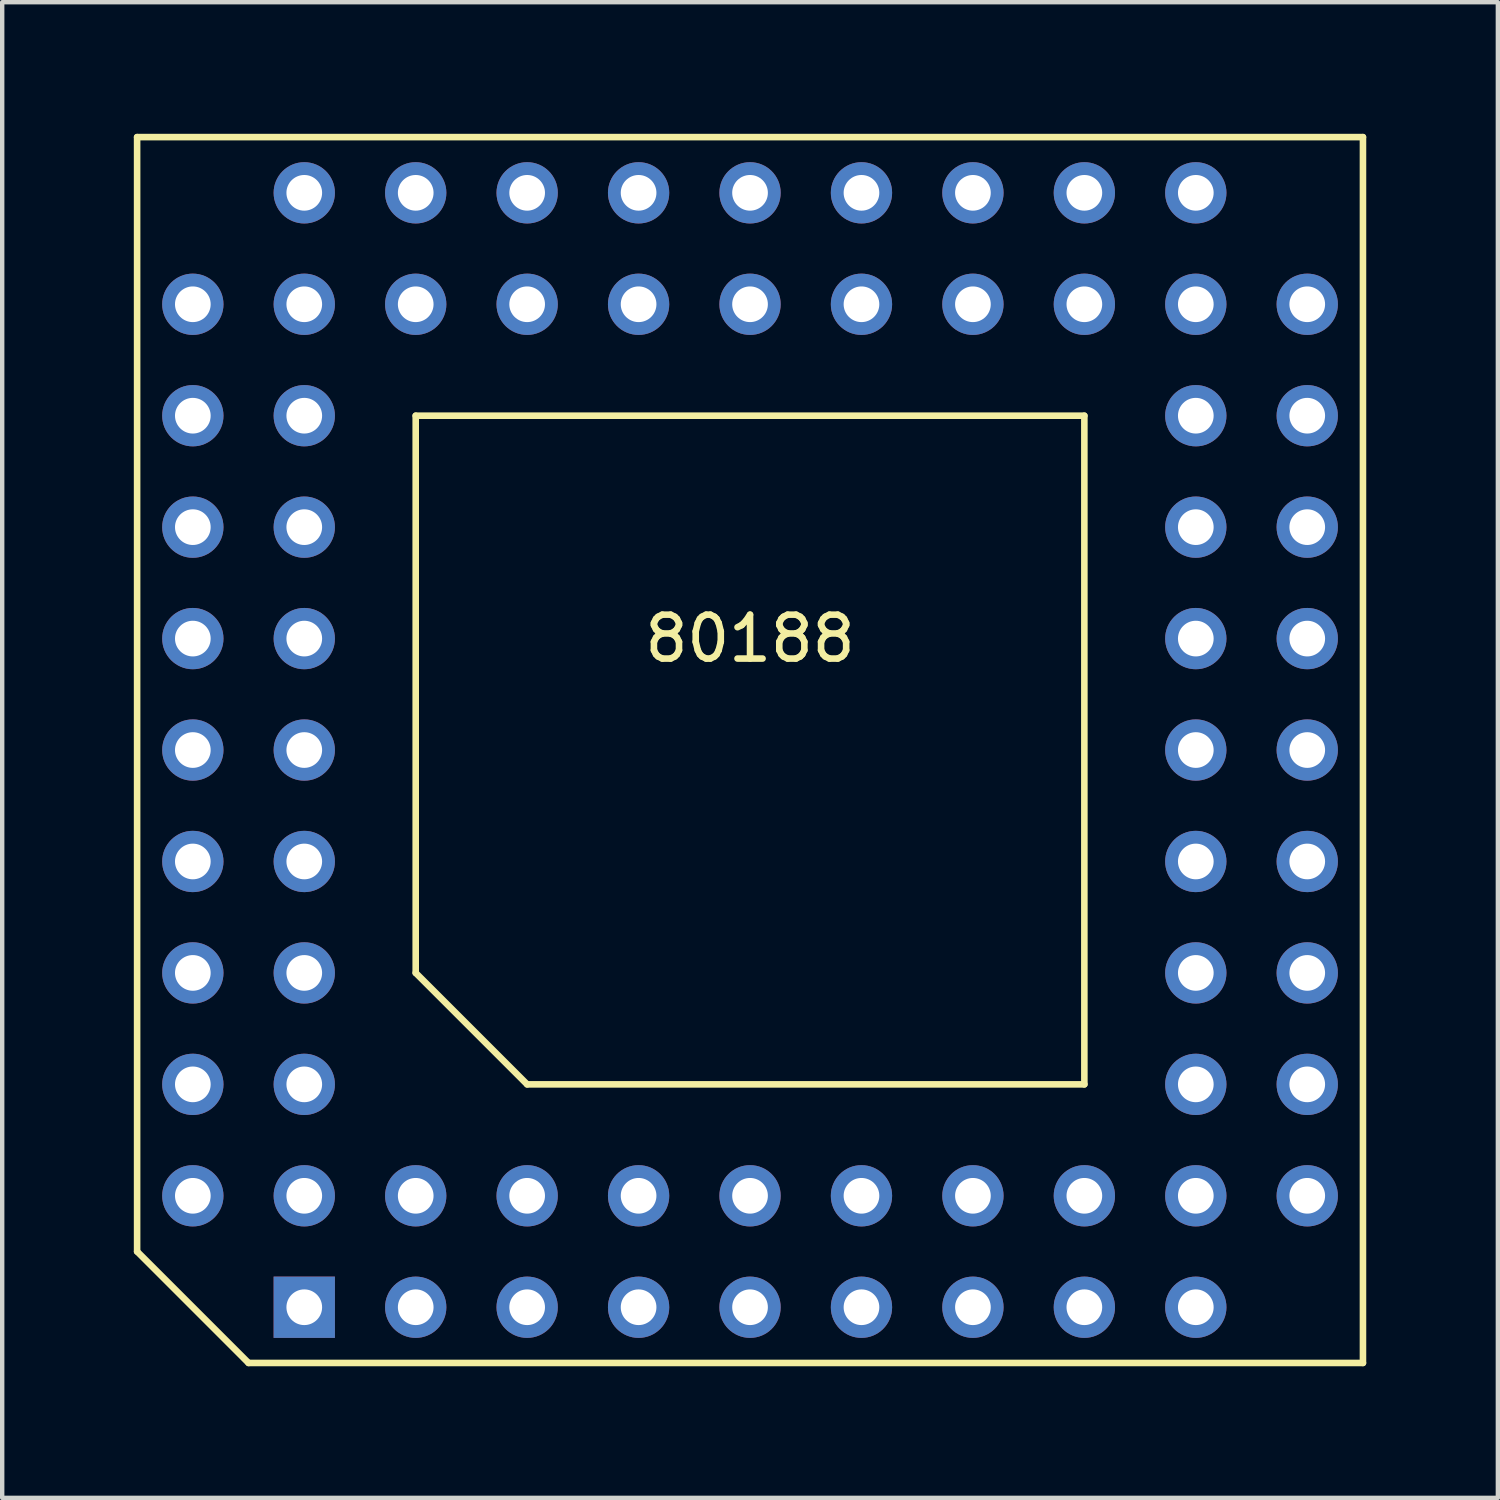
<source format=kicad_pcb>
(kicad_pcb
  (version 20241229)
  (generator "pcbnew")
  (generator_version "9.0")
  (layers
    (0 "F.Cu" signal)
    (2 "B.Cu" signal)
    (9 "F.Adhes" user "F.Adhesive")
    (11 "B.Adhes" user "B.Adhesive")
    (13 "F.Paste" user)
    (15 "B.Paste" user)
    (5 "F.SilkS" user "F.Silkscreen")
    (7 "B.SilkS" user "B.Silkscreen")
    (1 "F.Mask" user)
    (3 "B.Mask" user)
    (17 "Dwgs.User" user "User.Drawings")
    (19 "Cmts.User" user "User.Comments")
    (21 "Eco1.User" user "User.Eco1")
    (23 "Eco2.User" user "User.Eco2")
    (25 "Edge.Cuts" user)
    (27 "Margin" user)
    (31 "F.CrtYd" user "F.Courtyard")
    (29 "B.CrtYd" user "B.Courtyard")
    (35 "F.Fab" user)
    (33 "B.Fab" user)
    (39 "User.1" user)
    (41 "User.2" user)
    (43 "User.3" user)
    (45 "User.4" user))
  (footprint "80188"
    (layer "F.Cu")
    (at 14.045 14.045)
    (property "Reference" "80188" (at 0 -2.54 0) (layer "F.SilkS") (effects (font (size 1 1) (thickness 0.15))))
    (attr through_hole)
    (fp_line (start -13.97 -13.97) (end 13.97 -13.97) (stroke (width 0.15) (type solid)) (layer "F.SilkS"))
    (fp_line (start -13.97 11.43) (end -13.97 -13.97) (stroke (width 0.15) (type solid)) (layer "F.SilkS"))
    (fp_line (start -11.43 13.97) (end -13.97 11.43) (stroke (width 0.15) (type solid)) (layer "F.SilkS"))
    (fp_line (start -7.62 -7.62) (end 7.62 -7.62) (stroke (width 0.15) (type solid)) (layer "F.SilkS"))
    (fp_line (start -7.62 5.08) (end -7.62 -7.62) (stroke (width 0.15) (type solid)) (layer "F.SilkS"))
    (fp_line (start -5.08 7.62) (end -7.62 5.08) (stroke (width 0.15) (type solid)) (layer "F.SilkS"))
    (fp_line (start 7.62 -7.62) (end 7.62 7.62) (stroke (width 0.15) (type solid)) (layer "F.SilkS"))
    (fp_line (start 7.62 7.62) (end -5.08 7.62) (stroke (width 0.15) (type solid)) (layer "F.SilkS"))
    (fp_line (start 13.97 -13.97) (end 13.97 13.97) (stroke (width 0.15) (type solid)) (layer "F.SilkS"))
    (fp_line (start 13.97 13.97) (end -11.43 13.97) (stroke (width 0.15) (type solid)) (layer "F.SilkS"))
    (pad "1" thru_hole rect (at -10.16 12.7) (size 1.397 1.397) (drill 0.813) (layers "*.Cu" "*.Mask"))
    (pad "2" thru_hole circle (at -10.16 10.16) (size 1.397 1.397) (drill 0.813) (layers "*.Cu" "*.Mask"))
    (pad "3" thru_hole circle (at -7.62 12.7) (size 1.397 1.397) (drill 0.813) (layers "*.Cu" "*.Mask"))
    (pad "4" thru_hole circle (at -7.62 10.16) (size 1.397 1.397) (drill 0.813) (layers "*.Cu" "*.Mask"))
    (pad "5" thru_hole circle (at -5.08 12.7) (size 1.397 1.397) (drill 0.813) (layers "*.Cu" "*.Mask"))
    (pad "6" thru_hole circle (at -5.08 10.16) (size 1.397 1.397) (drill 0.813) (layers "*.Cu" "*.Mask"))
    (pad "7" thru_hole circle (at -2.54 12.7) (size 1.397 1.397) (drill 0.813) (layers "*.Cu" "*.Mask"))
    (pad "8" thru_hole circle (at -2.54 10.16) (size 1.397 1.397) (drill 0.813) (layers "*.Cu" "*.Mask"))
    (pad "9" thru_hole circle (at 0 12.7) (size 1.397 1.397) (drill 0.813) (layers "*.Cu" "*.Mask"))
    (pad "10" thru_hole circle (at 0 10.16) (size 1.397 1.397) (drill 0.813) (layers "*.Cu" "*.Mask"))
    (pad "11" thru_hole circle (at 2.54 12.7) (size 1.397 1.397) (drill 0.813) (layers "*.Cu" "*.Mask"))
    (pad "12" thru_hole circle (at 2.54 10.16) (size 1.397 1.397) (drill 0.813) (layers "*.Cu" "*.Mask"))
    (pad "13" thru_hole circle (at 5.08 12.7) (size 1.397 1.397) (drill 0.813) (layers "*.Cu" "*.Mask"))
    (pad "14" thru_hole circle (at 5.08 10.16) (size 1.397 1.397) (drill 0.813) (layers "*.Cu" "*.Mask"))
    (pad "15" thru_hole circle (at 7.62 12.7) (size 1.397 1.397) (drill 0.813) (layers "*.Cu" "*.Mask"))
    (pad "16" thru_hole circle (at 7.62 10.16) (size 1.397 1.397) (drill 0.813) (layers "*.Cu" "*.Mask"))
    (pad "17" thru_hole circle (at 10.16 12.7) (size 1.397 1.397) (drill 0.813) (layers "*.Cu" "*.Mask"))
    (pad "18" thru_hole circle (at 12.7 10.16) (size 1.397 1.397) (drill 0.813) (layers "*.Cu" "*.Mask"))
    (pad "19" thru_hole circle (at 10.16 10.16) (size 1.397 1.397) (drill 0.813) (layers "*.Cu" "*.Mask"))
    (pad "20" thru_hole circle (at 12.7 7.62) (size 1.397 1.397) (drill 0.813) (layers "*.Cu" "*.Mask"))
    (pad "21" thru_hole circle (at 10.16 7.62) (size 1.397 1.397) (drill 0.813) (layers "*.Cu" "*.Mask"))
    (pad "22" thru_hole circle (at 12.7 5.08) (size 1.397 1.397) (drill 0.813) (layers "*.Cu" "*.Mask"))
    (pad "23" thru_hole circle (at 10.16 5.08) (size 1.397 1.397) (drill 0.813) (layers "*.Cu" "*.Mask"))
    (pad "24" thru_hole circle (at 12.7 2.54) (size 1.397 1.397) (drill 0.813) (layers "*.Cu" "*.Mask"))
    (pad "25" thru_hole circle (at 10.16 2.54) (size 1.397 1.397) (drill 0.813) (layers "*.Cu" "*.Mask"))
    (pad "26" thru_hole circle (at 12.7 0) (size 1.397 1.397) (drill 0.813) (layers "*.Cu" "*.Mask"))
    (pad "27" thru_hole circle (at 10.16 0) (size 1.397 1.397) (drill 0.813) (layers "*.Cu" "*.Mask"))
    (pad "28" thru_hole circle (at 12.7 -2.54) (size 1.397 1.397) (drill 0.813) (layers "*.Cu" "*.Mask"))
    (pad "29" thru_hole circle (at 10.16 -2.54) (size 1.397 1.397) (drill 0.813) (layers "*.Cu" "*.Mask"))
    (pad "30" thru_hole circle (at 12.7 -5.08) (size 1.397 1.397) (drill 0.813) (layers "*.Cu" "*.Mask"))
    (pad "31" thru_hole circle (at 10.16 -5.08) (size 1.397 1.397) (drill 0.813) (layers "*.Cu" "*.Mask"))
    (pad "32" thru_hole circle (at 12.7 -7.62) (size 1.397 1.397) (drill 0.813) (layers "*.Cu" "*.Mask"))
    (pad "33" thru_hole circle (at 10.16 -7.62) (size 1.397 1.397) (drill 0.813) (layers "*.Cu" "*.Mask"))
    (pad "34" thru_hole circle (at 12.7 -10.16) (size 1.397 1.397) (drill 0.813) (layers "*.Cu" "*.Mask"))
    (pad "35" thru_hole circle (at 10.16 -12.7) (size 1.397 1.397) (drill 0.813) (layers "*.Cu" "*.Mask"))
    (pad "36" thru_hole circle (at 10.16 -10.16) (size 1.397 1.397) (drill 0.813) (layers "*.Cu" "*.Mask"))
    (pad "37" thru_hole circle (at 7.62 -12.7) (size 1.397 1.397) (drill 0.813) (layers "*.Cu" "*.Mask"))
    (pad "38" thru_hole circle (at 7.62 -10.16) (size 1.397 1.397) (drill 0.813) (layers "*.Cu" "*.Mask"))
    (pad "39" thru_hole circle (at 5.08 -12.7) (size 1.397 1.397) (drill 0.813) (layers "*.Cu" "*.Mask"))
    (pad "40" thru_hole circle (at 5.08 -10.16) (size 1.397 1.397) (drill 0.813) (layers "*.Cu" "*.Mask"))
    (pad "41" thru_hole circle (at 2.54 -12.7) (size 1.397 1.397) (drill 0.813) (layers "*.Cu" "*.Mask"))
    (pad "42" thru_hole circle (at 2.54 -10.16) (size 1.397 1.397) (drill 0.813) (layers "*.Cu" "*.Mask"))
    (pad "43" thru_hole circle (at 0 -12.7) (size 1.397 1.397) (drill 0.813) (layers "*.Cu" "*.Mask"))
    (pad "44" thru_hole circle (at 0 -10.16) (size 1.397 1.397) (drill 0.813) (layers "*.Cu" "*.Mask"))
    (pad "45" thru_hole circle (at -2.54 -12.7) (size 1.397 1.397) (drill 0.813) (layers "*.Cu" "*.Mask"))
    (pad "46" thru_hole circle (at -2.54 -10.16) (size 1.397 1.397) (drill 0.813) (layers "*.Cu" "*.Mask"))
    (pad "47" thru_hole circle (at -5.08 -12.7) (size 1.397 1.397) (drill 0.813) (layers "*.Cu" "*.Mask"))
    (pad "48" thru_hole circle (at -5.08 -10.16) (size 1.397 1.397) (drill 0.813) (layers "*.Cu" "*.Mask"))
    (pad "49" thru_hole circle (at -7.62 -12.7) (size 1.397 1.397) (drill 0.813) (layers "*.Cu" "*.Mask"))
    (pad "50" thru_hole circle (at -7.62 -10.16) (size 1.397 1.397) (drill 0.813) (layers "*.Cu" "*.Mask"))
    (pad "51" thru_hole circle (at -10.16 -12.7) (size 1.397 1.397) (drill 0.813) (layers "*.Cu" "*.Mask"))
    (pad "52" thru_hole circle (at -12.7 -10.16) (size 1.397 1.397) (drill 0.813) (layers "*.Cu" "*.Mask"))
    (pad "53" thru_hole circle (at -10.16 -10.16) (size 1.397 1.397) (drill 0.813) (layers "*.Cu" "*.Mask"))
    (pad "54" thru_hole circle (at -12.7 -7.62) (size 1.397 1.397) (drill 0.813) (layers "*.Cu" "*.Mask"))
    (pad "55" thru_hole circle (at -10.16 -7.62) (size 1.397 1.397) (drill 0.813) (layers "*.Cu" "*.Mask"))
    (pad "56" thru_hole circle (at -12.7 -5.08) (size 1.397 1.397) (drill 0.813) (layers "*.Cu" "*.Mask"))
    (pad "57" thru_hole circle (at -10.16 -5.08) (size 1.397 1.397) (drill 0.813) (layers "*.Cu" "*.Mask"))
    (pad "58" thru_hole circle (at -12.7 -2.54) (size 1.397 1.397) (drill 0.813) (layers "*.Cu" "*.Mask"))
    (pad "59" thru_hole circle (at -10.16 -2.54) (size 1.397 1.397) (drill 0.813) (layers "*.Cu" "*.Mask"))
    (pad "60" thru_hole circle (at -12.7 0) (size 1.397 1.397) (drill 0.813) (layers "*.Cu" "*.Mask"))
    (pad "61" thru_hole circle (at -10.16 0) (size 1.397 1.397) (drill 0.813) (layers "*.Cu" "*.Mask"))
    (pad "62" thru_hole circle (at -12.7 2.54) (size 1.397 1.397) (drill 0.813) (layers "*.Cu" "*.Mask"))
    (pad "63" thru_hole circle (at -10.16 2.54) (size 1.397 1.397) (drill 0.813) (layers "*.Cu" "*.Mask"))
    (pad "64" thru_hole circle (at -12.7 5.08) (size 1.397 1.397) (drill 0.813) (layers "*.Cu" "*.Mask"))
    (pad "65" thru_hole circle (at -10.16 5.08) (size 1.397 1.397) (drill 0.813) (layers "*.Cu" "*.Mask"))
    (pad "66" thru_hole circle (at -12.7 7.62) (size 1.397 1.397) (drill 0.813) (layers "*.Cu" "*.Mask"))
    (pad "67" thru_hole circle (at -10.16 7.62) (size 1.397 1.397) (drill 0.813) (layers "*.Cu" "*.Mask"))
    (pad "68" thru_hole circle (at -12.7 10.16) (size 1.397 1.397) (drill 0.813) (layers "*.Cu" "*.Mask")))
  (gr_rect
    (start -3 -3)
    (end 31.09 31.09)
    (stroke (width 0.1) (type default))
    (fill no)
    (layer "Edge.Cuts")))
</source>
